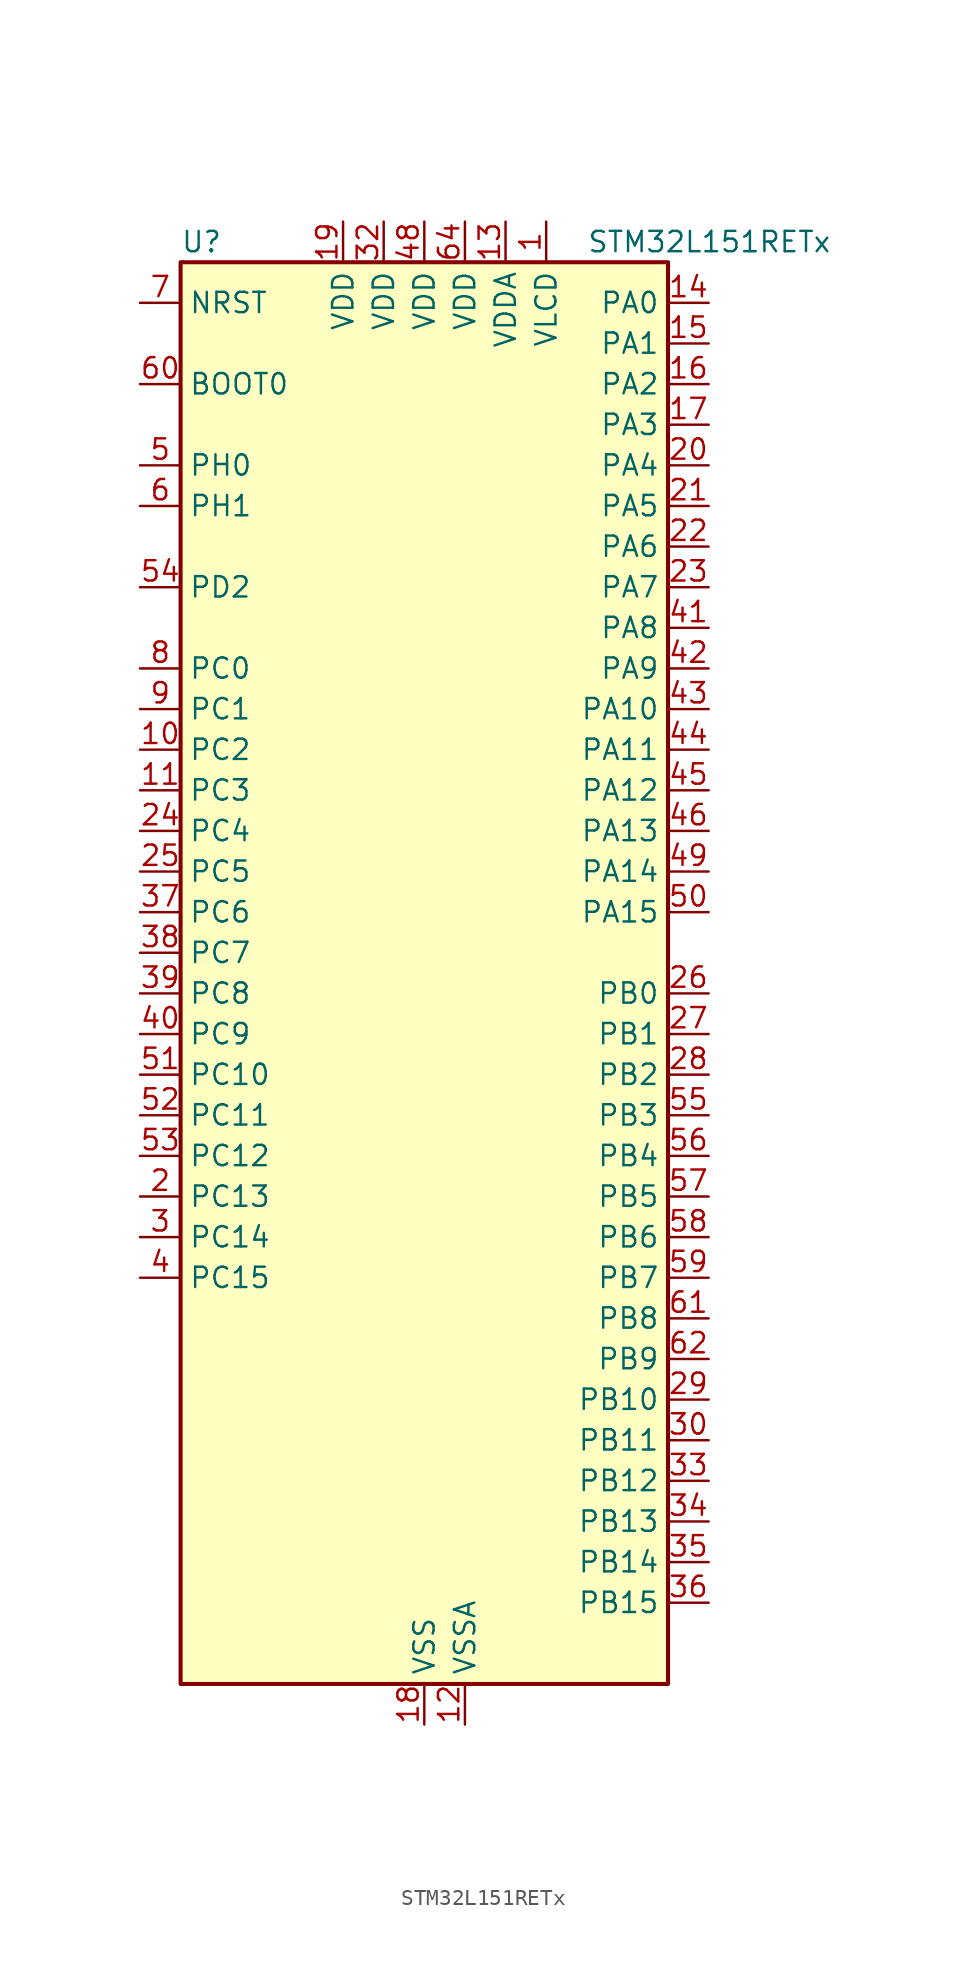
<source format=kicad_sym>
(kicad_symbol_lib
  (version 20220914)
  (generator kicad_symbol_editor)
  (symbol "STM32L151RETx"
    (property "Reference" "U"
      (at -15.24 46.99 0)
      (effects (font (size 1.27 1.27)) (justify left)))
    (property "Value" "STM32L151RETx"
      (at 10.16 46.99 0)
      (effects (font (size 1.27 1.27)) (justify left)))
    (property "ki_locked" ""
      (at 0 0 0)
      (effects (font (size 1.27 1.27))))
    (symbol "STM32L151RETx_0_1"
      (rectangle (start -15.24 -43.18) (end 15.24 45.72) (stroke (width 0.254) (type default)) (fill (type background))))
    (symbol "STM32L151RETx_1_1"
      (pin power_in line (at 7.62 48.26 270) (length 2.54) (name "VLCD" (effects (font (size 1.27 1.27)))) (number "1" (effects (font (size 1.27 1.27)))))
      (pin bidirectional line (at -17.78 15.24 0) (length 2.54) (name "PC2" (effects (font (size 1.27 1.27)))) (number "10" (effects (font (size 1.27 1.27)))) (alternate "ADC_IN12" bidirectional line) (alternate "COMP1_INP" bidirectional line) (alternate "TIMX_IC3" bidirectional line) (alternate "TS_G8_IO3" bidirectional line))
      (pin bidirectional line (at -17.78 12.7 0) (length 2.54) (name "PC3" (effects (font (size 1.27 1.27)))) (number "11" (effects (font (size 1.27 1.27)))) (alternate "ADC_IN13" bidirectional line) (alternate "COMP1_INP" bidirectional line) (alternate "TIMX_IC4" bidirectional line) (alternate "TS_G8_IO4" bidirectional line))
      (pin power_in line (at 2.54 -45.72 90) (length 2.54) (name "VSSA" (effects (font (size 1.27 1.27)))) (number "12" (effects (font (size 1.27 1.27)))))
      (pin power_in line (at 5.08 48.26 270) (length 2.54) (name "VDDA" (effects (font (size 1.27 1.27)))) (number "13" (effects (font (size 1.27 1.27)))))
      (pin bidirectional line (at 17.78 43.18 180) (length 2.54) (name "PA0" (effects (font (size 1.27 1.27)))) (number "14" (effects (font (size 1.27 1.27)))) (alternate "ADC_IN0" bidirectional line) (alternate "COMP1_INP" bidirectional line) (alternate "RTC_TAMP2" bidirectional line) (alternate "SYS_WKUP1" bidirectional line) (alternate "TIM2_CH1" bidirectional line) (alternate "TIM2_ETR" bidirectional line) (alternate "TIM5_CH1" bidirectional line) (alternate "TIMX_IC1" bidirectional line) (alternate "TS_G1_IO1" bidirectional line) (alternate "USART2_CTS" bidirectional line))
      (pin bidirectional line (at 17.78 40.64 180) (length 2.54) (name "PA1" (effects (font (size 1.27 1.27)))) (number "15" (effects (font (size 1.27 1.27)))) (alternate "ADC_IN1" bidirectional line) (alternate "COMP1_INP" bidirectional line) (alternate "OPAMP1_VINP" bidirectional line) (alternate "TIM2_CH2" bidirectional line) (alternate "TIM5_CH2" bidirectional line) (alternate "TIMX_IC2" bidirectional line) (alternate "TS_G1_IO2" bidirectional line) (alternate "USART2_RTS" bidirectional line))
      (pin bidirectional line (at 17.78 38.1 180) (length 2.54) (name "PA2" (effects (font (size 1.27 1.27)))) (number "16" (effects (font (size 1.27 1.27)))) (alternate "ADC_IN2" bidirectional line) (alternate "COMP1_INP" bidirectional line) (alternate "OPAMP1_VINM" bidirectional line) (alternate "TIM2_CH3" bidirectional line) (alternate "TIM5_CH3" bidirectional line) (alternate "TIM9_CH1" bidirectional line) (alternate "TIMX_IC3" bidirectional line) (alternate "TS_G1_IO3" bidirectional line) (alternate "USART2_TX" bidirectional line))
      (pin bidirectional line (at 17.78 35.56 180) (length 2.54) (name "PA3" (effects (font (size 1.27 1.27)))) (number "17" (effects (font (size 1.27 1.27)))) (alternate "ADC_IN3" bidirectional line) (alternate "COMP1_INP" bidirectional line) (alternate "OPAMP1_VOUT" bidirectional line) (alternate "TIM2_CH4" bidirectional line) (alternate "TIM5_CH4" bidirectional line) (alternate "TIM9_CH2" bidirectional line) (alternate "TIMX_IC4" bidirectional line) (alternate "TS_G1_IO4" bidirectional line) (alternate "USART2_RX" bidirectional line))
      (pin power_in line (at 0 -45.72 90) (length 2.54) (name "VSS" (effects (font (size 1.27 1.27)))) (number "18" (effects (font (size 1.27 1.27)))))
      (pin power_in line (at -5.08 48.26 270) (length 2.54) (name "VDD" (effects (font (size 1.27 1.27)))) (number "19" (effects (font (size 1.27 1.27)))))
      (pin bidirectional line (at -17.78 -12.7 0) (length 2.54) (name "PC13" (effects (font (size 1.27 1.27)))) (number "2" (effects (font (size 1.27 1.27)))) (alternate "RTC_OUT_ALARM" bidirectional line) (alternate "RTC_OUT_CALIB" bidirectional line) (alternate "RTC_TAMP1" bidirectional line) (alternate "RTC_TS" bidirectional line) (alternate "SYS_WKUP2" bidirectional line) (alternate "TIMX_IC2" bidirectional line))
      (pin bidirectional line (at 17.78 33.02 180) (length 2.54) (name "PA4" (effects (font (size 1.27 1.27)))) (number "20" (effects (font (size 1.27 1.27)))) (alternate "ADC_IN4" bidirectional line) (alternate "COMP1_INP" bidirectional line) (alternate "DAC_OUT1" bidirectional line) (alternate "I2S3_WS" bidirectional line) (alternate "SPI1_NSS" bidirectional line) (alternate "SPI3_NSS" bidirectional line) (alternate "TIMX_IC1" bidirectional line) (alternate "USART2_CK" bidirectional line))
      (pin bidirectional line (at 17.78 30.48 180) (length 2.54) (name "PA5" (effects (font (size 1.27 1.27)))) (number "21" (effects (font (size 1.27 1.27)))) (alternate "ADC_IN5" bidirectional line) (alternate "COMP1_INP" bidirectional line) (alternate "DAC_OUT2" bidirectional line) (alternate "SPI1_SCK" bidirectional line) (alternate "TIM2_CH1" bidirectional line) (alternate "TIM2_ETR" bidirectional line) (alternate "TIMX_IC2" bidirectional line))
      (pin bidirectional line (at 17.78 27.94 180) (length 2.54) (name "PA6" (effects (font (size 1.27 1.27)))) (number "22" (effects (font (size 1.27 1.27)))) (alternate "ADC_IN6" bidirectional line) (alternate "COMP1_INP" bidirectional line) (alternate "OPAMP2_VINP" bidirectional line) (alternate "SPI1_MISO" bidirectional line) (alternate "TIM10_CH1" bidirectional line) (alternate "TIM3_CH1" bidirectional line) (alternate "TIMX_IC3" bidirectional line) (alternate "TS_G2_IO1" bidirectional line))
      (pin bidirectional line (at 17.78 25.4 180) (length 2.54) (name "PA7" (effects (font (size 1.27 1.27)))) (number "23" (effects (font (size 1.27 1.27)))) (alternate "ADC_IN7" bidirectional line) (alternate "COMP1_INP" bidirectional line) (alternate "OPAMP2_VINM" bidirectional line) (alternate "SPI1_MOSI" bidirectional line) (alternate "TIM11_CH1" bidirectional line) (alternate "TIM3_CH2" bidirectional line) (alternate "TIMX_IC4" bidirectional line) (alternate "TS_G2_IO2" bidirectional line))
      (pin bidirectional line (at -17.78 10.16 0) (length 2.54) (name "PC4" (effects (font (size 1.27 1.27)))) (number "24" (effects (font (size 1.27 1.27)))) (alternate "ADC_IN14" bidirectional line) (alternate "COMP1_INP" bidirectional line) (alternate "TIMX_IC1" bidirectional line) (alternate "TS_G9_IO1" bidirectional line))
      (pin bidirectional line (at -17.78 7.62 0) (length 2.54) (name "PC5" (effects (font (size 1.27 1.27)))) (number "25" (effects (font (size 1.27 1.27)))) (alternate "ADC_IN15" bidirectional line) (alternate "COMP1_INP" bidirectional line) (alternate "TIMX_IC2" bidirectional line) (alternate "TS_G9_IO2" bidirectional line))
      (pin bidirectional line (at 17.78 0 180) (length 2.54) (name "PB0" (effects (font (size 1.27 1.27)))) (number "26" (effects (font (size 1.27 1.27)))) (alternate "ADC_IN8" bidirectional line) (alternate "COMP1_INP" bidirectional line) (alternate "OPAMP2_VOUT" bidirectional line) (alternate "SYS_V_REF_OUT" bidirectional line) (alternate "TIM3_CH3" bidirectional line) (alternate "TS_G3_IO1" bidirectional line))
      (pin bidirectional line (at 17.78 -2.54 180) (length 2.54) (name "PB1" (effects (font (size 1.27 1.27)))) (number "27" (effects (font (size 1.27 1.27)))) (alternate "ADC_IN9" bidirectional line) (alternate "COMP1_INP" bidirectional line) (alternate "SYS_V_REF_OUT" bidirectional line) (alternate "TIM3_CH4" bidirectional line) (alternate "TS_G3_IO2" bidirectional line))
      (pin bidirectional line (at 17.78 -5.08 180) (length 2.54) (name "PB2" (effects (font (size 1.27 1.27)))) (number "28" (effects (font (size 1.27 1.27)))) (alternate "ADC_IN0b" bidirectional line) (alternate "TS_G3_IO3" bidirectional line))
      (pin bidirectional line (at 17.78 -25.4 180) (length 2.54) (name "PB10" (effects (font (size 1.27 1.27)))) (number "29" (effects (font (size 1.27 1.27)))) (alternate "I2C2_SCL" bidirectional line) (alternate "TIM2_CH3" bidirectional line) (alternate "USART3_TX" bidirectional line))
      (pin bidirectional line (at -17.78 -15.24 0) (length 2.54) (name "PC14" (effects (font (size 1.27 1.27)))) (number "3" (effects (font (size 1.27 1.27)))) (alternate "RCC_OSC32_IN" bidirectional line) (alternate "TIMX_IC3" bidirectional line))
      (pin bidirectional line (at 17.78 -27.94 180) (length 2.54) (name "PB11" (effects (font (size 1.27 1.27)))) (number "30" (effects (font (size 1.27 1.27)))) (alternate "ADC_EXTI11" bidirectional line) (alternate "I2C2_SDA" bidirectional line) (alternate "TIM2_CH4" bidirectional line) (alternate "USART3_RX" bidirectional line))
      (pin passive line (at 0 -45.72 90) (length 2.54) hide (name "VSS" (effects (font (size 1.27 1.27)))) (number "31" (effects (font (size 1.27 1.27)))))
      (pin power_in line (at -2.54 48.26 270) (length 2.54) (name "VDD" (effects (font (size 1.27 1.27)))) (number "32" (effects (font (size 1.27 1.27)))))
      (pin bidirectional line (at 17.78 -30.48 180) (length 2.54) (name "PB12" (effects (font (size 1.27 1.27)))) (number "33" (effects (font (size 1.27 1.27)))) (alternate "ADC_IN18" bidirectional line) (alternate "COMP1_INP" bidirectional line) (alternate "I2C2_SMBA" bidirectional line) (alternate "I2S2_WS" bidirectional line) (alternate "SPI2_NSS" bidirectional line) (alternate "TIM10_CH1" bidirectional line) (alternate "TS_G7_IO1" bidirectional line) (alternate "USART3_CK" bidirectional line))
      (pin bidirectional line (at 17.78 -33.02 180) (length 2.54) (name "PB13" (effects (font (size 1.27 1.27)))) (number "34" (effects (font (size 1.27 1.27)))) (alternate "ADC_IN19" bidirectional line) (alternate "COMP1_INP" bidirectional line) (alternate "I2S2_CK" bidirectional line) (alternate "SPI2_SCK" bidirectional line) (alternate "TIM9_CH1" bidirectional line) (alternate "TS_G7_IO2" bidirectional line) (alternate "USART3_CTS" bidirectional line))
      (pin bidirectional line (at 17.78 -35.56 180) (length 2.54) (name "PB14" (effects (font (size 1.27 1.27)))) (number "35" (effects (font (size 1.27 1.27)))) (alternate "ADC_IN20" bidirectional line) (alternate "COMP1_INP" bidirectional line) (alternate "SPI2_MISO" bidirectional line) (alternate "TIM9_CH2" bidirectional line) (alternate "TS_G7_IO3" bidirectional line) (alternate "USART3_RTS" bidirectional line))
      (pin bidirectional line (at 17.78 -38.1 180) (length 2.54) (name "PB15" (effects (font (size 1.27 1.27)))) (number "36" (effects (font (size 1.27 1.27)))) (alternate "ADC_EXTI15" bidirectional line) (alternate "ADC_IN21" bidirectional line) (alternate "COMP1_INP" bidirectional line) (alternate "I2S2_SD" bidirectional line) (alternate "RTC_REFIN" bidirectional line) (alternate "SPI2_MOSI" bidirectional line) (alternate "TIM11_CH1" bidirectional line) (alternate "TS_G7_IO4" bidirectional line))
      (pin bidirectional line (at -17.78 5.08 0) (length 2.54) (name "PC6" (effects (font (size 1.27 1.27)))) (number "37" (effects (font (size 1.27 1.27)))) (alternate "I2S2_MCK" bidirectional line) (alternate "TIM3_CH1" bidirectional line) (alternate "TIMX_IC3" bidirectional line) (alternate "TS_G10_IO1" bidirectional line))
      (pin bidirectional line (at -17.78 2.54 0) (length 2.54) (name "PC7" (effects (font (size 1.27 1.27)))) (number "38" (effects (font (size 1.27 1.27)))) (alternate "I2S3_MCK" bidirectional line) (alternate "TIM3_CH2" bidirectional line) (alternate "TIMX_IC4" bidirectional line) (alternate "TS_G10_IO2" bidirectional line))
      (pin bidirectional line (at -17.78 0 0) (length 2.54) (name "PC8" (effects (font (size 1.27 1.27)))) (number "39" (effects (font (size 1.27 1.27)))) (alternate "TIM3_CH3" bidirectional line) (alternate "TIMX_IC1" bidirectional line) (alternate "TS_G10_IO3" bidirectional line))
      (pin bidirectional line (at -17.78 -17.78 0) (length 2.54) (name "PC15" (effects (font (size 1.27 1.27)))) (number "4" (effects (font (size 1.27 1.27)))) (alternate "ADC_EXTI15" bidirectional line) (alternate "RCC_OSC32_OUT" bidirectional line) (alternate "TIMX_IC4" bidirectional line))
      (pin bidirectional line (at -17.78 -2.54 0) (length 2.54) (name "PC9" (effects (font (size 1.27 1.27)))) (number "40" (effects (font (size 1.27 1.27)))) (alternate "DAC_EXTI9" bidirectional line) (alternate "TIM3_CH4" bidirectional line) (alternate "TIMX_IC2" bidirectional line) (alternate "TS_G10_IO4" bidirectional line))
      (pin bidirectional line (at 17.78 22.86 180) (length 2.54) (name "PA8" (effects (font (size 1.27 1.27)))) (number "41" (effects (font (size 1.27 1.27)))) (alternate "RCC_MCO" bidirectional line) (alternate "TIMX_IC1" bidirectional line) (alternate "TS_G4_IO1" bidirectional line) (alternate "USART1_CK" bidirectional line))
      (pin bidirectional line (at 17.78 20.32 180) (length 2.54) (name "PA9" (effects (font (size 1.27 1.27)))) (number "42" (effects (font (size 1.27 1.27)))) (alternate "DAC_EXTI9" bidirectional line) (alternate "TIMX_IC2" bidirectional line) (alternate "TS_G4_IO2" bidirectional line) (alternate "USART1_TX" bidirectional line))
      (pin bidirectional line (at 17.78 17.78 180) (length 2.54) (name "PA10" (effects (font (size 1.27 1.27)))) (number "43" (effects (font (size 1.27 1.27)))) (alternate "TIMX_IC3" bidirectional line) (alternate "TS_G4_IO3" bidirectional line) (alternate "USART1_RX" bidirectional line))
      (pin bidirectional line (at 17.78 15.24 180) (length 2.54) (name "PA11" (effects (font (size 1.27 1.27)))) (number "44" (effects (font (size 1.27 1.27)))) (alternate "ADC_EXTI11" bidirectional line) (alternate "SPI1_MISO" bidirectional line) (alternate "TIMX_IC4" bidirectional line) (alternate "USART1_CTS" bidirectional line) (alternate "USB_DM" bidirectional line))
      (pin bidirectional line (at 17.78 12.7 180) (length 2.54) (name "PA12" (effects (font (size 1.27 1.27)))) (number "45" (effects (font (size 1.27 1.27)))) (alternate "SPI1_MOSI" bidirectional line) (alternate "TIMX_IC1" bidirectional line) (alternate "USART1_RTS" bidirectional line) (alternate "USB_DP" bidirectional line))
      (pin bidirectional line (at 17.78 10.16 180) (length 2.54) (name "PA13" (effects (font (size 1.27 1.27)))) (number "46" (effects (font (size 1.27 1.27)))) (alternate "SYS_JTMS-SWDIO" bidirectional line) (alternate "TIMX_IC2" bidirectional line) (alternate "TS_G5_IO1" bidirectional line))
      (pin passive line (at 0 -45.72 90) (length 2.54) hide (name "VSS" (effects (font (size 1.27 1.27)))) (number "47" (effects (font (size 1.27 1.27)))))
      (pin power_in line (at 0 48.26 270) (length 2.54) (name "VDD" (effects (font (size 1.27 1.27)))) (number "48" (effects (font (size 1.27 1.27)))))
      (pin bidirectional line (at 17.78 7.62 180) (length 2.54) (name "PA14" (effects (font (size 1.27 1.27)))) (number "49" (effects (font (size 1.27 1.27)))) (alternate "SYS_JTCK-SWCLK" bidirectional line) (alternate "TIMX_IC3" bidirectional line) (alternate "TS_G5_IO2" bidirectional line))
      (pin bidirectional line (at -17.78 33.02 0) (length 2.54) (name "PH0" (effects (font (size 1.27 1.27)))) (number "5" (effects (font (size 1.27 1.27)))) (alternate "RCC_OSC_IN" bidirectional line))
      (pin bidirectional line (at 17.78 5.08 180) (length 2.54) (name "PA15" (effects (font (size 1.27 1.27)))) (number "50" (effects (font (size 1.27 1.27)))) (alternate "ADC_EXTI15" bidirectional line) (alternate "I2S3_WS" bidirectional line) (alternate "SPI1_NSS" bidirectional line) (alternate "SPI3_NSS" bidirectional line) (alternate "SYS_JTDI" bidirectional line) (alternate "TIM2_CH1" bidirectional line) (alternate "TIM2_ETR" bidirectional line) (alternate "TIMX_IC4" bidirectional line) (alternate "TS_G5_IO3" bidirectional line))
      (pin bidirectional line (at -17.78 -5.08 0) (length 2.54) (name "PC10" (effects (font (size 1.27 1.27)))) (number "51" (effects (font (size 1.27 1.27)))) (alternate "I2S3_CK" bidirectional line) (alternate "SPI3_SCK" bidirectional line) (alternate "TIMX_IC3" bidirectional line) (alternate "UART4_TX" bidirectional line) (alternate "USART3_TX" bidirectional line))
      (pin bidirectional line (at -17.78 -7.62 0) (length 2.54) (name "PC11" (effects (font (size 1.27 1.27)))) (number "52" (effects (font (size 1.27 1.27)))) (alternate "ADC_EXTI11" bidirectional line) (alternate "SPI3_MISO" bidirectional line) (alternate "TIMX_IC4" bidirectional line) (alternate "UART4_RX" bidirectional line) (alternate "USART3_RX" bidirectional line))
      (pin bidirectional line (at -17.78 -10.16 0) (length 2.54) (name "PC12" (effects (font (size 1.27 1.27)))) (number "53" (effects (font (size 1.27 1.27)))) (alternate "I2S3_SD" bidirectional line) (alternate "SPI3_MOSI" bidirectional line) (alternate "TIMX_IC1" bidirectional line) (alternate "UART5_TX" bidirectional line) (alternate "USART3_CK" bidirectional line))
      (pin bidirectional line (at -17.78 25.4 0) (length 2.54) (name "PD2" (effects (font (size 1.27 1.27)))) (number "54" (effects (font (size 1.27 1.27)))) (alternate "TIM3_ETR" bidirectional line) (alternate "TIMX_IC3" bidirectional line) (alternate "UART5_RX" bidirectional line))
      (pin bidirectional line (at 17.78 -7.62 180) (length 2.54) (name "PB3" (effects (font (size 1.27 1.27)))) (number "55" (effects (font (size 1.27 1.27)))) (alternate "COMP2_INM" bidirectional line) (alternate "I2S3_CK" bidirectional line) (alternate "SPI1_SCK" bidirectional line) (alternate "SPI3_SCK" bidirectional line) (alternate "SYS_JTDO-TRACESWO" bidirectional line) (alternate "TIM2_CH2" bidirectional line))
      (pin bidirectional line (at 17.78 -10.16 180) (length 2.54) (name "PB4" (effects (font (size 1.27 1.27)))) (number "56" (effects (font (size 1.27 1.27)))) (alternate "COMP2_INP" bidirectional line) (alternate "SPI1_MISO" bidirectional line) (alternate "SPI3_MISO" bidirectional line) (alternate "SYS_JTRST" bidirectional line) (alternate "TIM3_CH1" bidirectional line) (alternate "TS_G6_IO1" bidirectional line))
      (pin bidirectional line (at 17.78 -12.7 180) (length 2.54) (name "PB5" (effects (font (size 1.27 1.27)))) (number "57" (effects (font (size 1.27 1.27)))) (alternate "COMP2_INP" bidirectional line) (alternate "I2C1_SMBA" bidirectional line) (alternate "I2S3_SD" bidirectional line) (alternate "SPI1_MOSI" bidirectional line) (alternate "SPI3_MOSI" bidirectional line) (alternate "TIM3_CH2" bidirectional line) (alternate "TS_G6_IO2" bidirectional line))
      (pin bidirectional line (at 17.78 -15.24 180) (length 2.54) (name "PB6" (effects (font (size 1.27 1.27)))) (number "58" (effects (font (size 1.27 1.27)))) (alternate "COMP2_INP" bidirectional line) (alternate "I2C1_SCL" bidirectional line) (alternate "TIM4_CH1" bidirectional line) (alternate "TS_G6_IO3" bidirectional line) (alternate "USART1_TX" bidirectional line))
      (pin bidirectional line (at 17.78 -17.78 180) (length 2.54) (name "PB7" (effects (font (size 1.27 1.27)))) (number "59" (effects (font (size 1.27 1.27)))) (alternate "COMP2_INP" bidirectional line) (alternate "I2C1_SDA" bidirectional line) (alternate "SYS_PVD_IN" bidirectional line) (alternate "TIM4_CH2" bidirectional line) (alternate "TS_G6_IO4" bidirectional line) (alternate "USART1_RX" bidirectional line))
      (pin bidirectional line (at -17.78 30.48 0) (length 2.54) (name "PH1" (effects (font (size 1.27 1.27)))) (number "6" (effects (font (size 1.27 1.27)))) (alternate "RCC_OSC_OUT" bidirectional line))
      (pin input line (at -17.78 38.1 0) (length 2.54) (name "BOOT0" (effects (font (size 1.27 1.27)))) (number "60" (effects (font (size 1.27 1.27)))))
      (pin bidirectional line (at 17.78 -20.32 180) (length 2.54) (name "PB8" (effects (font (size 1.27 1.27)))) (number "61" (effects (font (size 1.27 1.27)))) (alternate "I2C1_SCL" bidirectional line) (alternate "TIM10_CH1" bidirectional line) (alternate "TIM4_CH3" bidirectional line))
      (pin bidirectional line (at 17.78 -22.86 180) (length 2.54) (name "PB9" (effects (font (size 1.27 1.27)))) (number "62" (effects (font (size 1.27 1.27)))) (alternate "DAC_EXTI9" bidirectional line) (alternate "I2C1_SDA" bidirectional line) (alternate "TIM11_CH1" bidirectional line) (alternate "TIM4_CH4" bidirectional line))
      (pin passive line (at 0 -45.72 90) (length 2.54) hide (name "VSS" (effects (font (size 1.27 1.27)))) (number "63" (effects (font (size 1.27 1.27)))))
      (pin power_in line (at 2.54 48.26 270) (length 2.54) (name "VDD" (effects (font (size 1.27 1.27)))) (number "64" (effects (font (size 1.27 1.27)))))
      (pin input line (at -17.78 43.18 0) (length 2.54) (name "NRST" (effects (font (size 1.27 1.27)))) (number "7" (effects (font (size 1.27 1.27)))))
      (pin bidirectional line (at -17.78 20.32 0) (length 2.54) (name "PC0" (effects (font (size 1.27 1.27)))) (number "8" (effects (font (size 1.27 1.27)))) (alternate "ADC_IN10" bidirectional line) (alternate "COMP1_INP" bidirectional line) (alternate "TIMX_IC1" bidirectional line) (alternate "TS_G8_IO1" bidirectional line))
      (pin bidirectional line (at -17.78 17.78 0) (length 2.54) (name "PC1" (effects (font (size 1.27 1.27)))) (number "9" (effects (font (size 1.27 1.27)))) (alternate "ADC_IN11" bidirectional line) (alternate "COMP1_INP" bidirectional line) (alternate "TIMX_IC2" bidirectional line) (alternate "TS_G8_IO2" bidirectional line)))))
</source>
